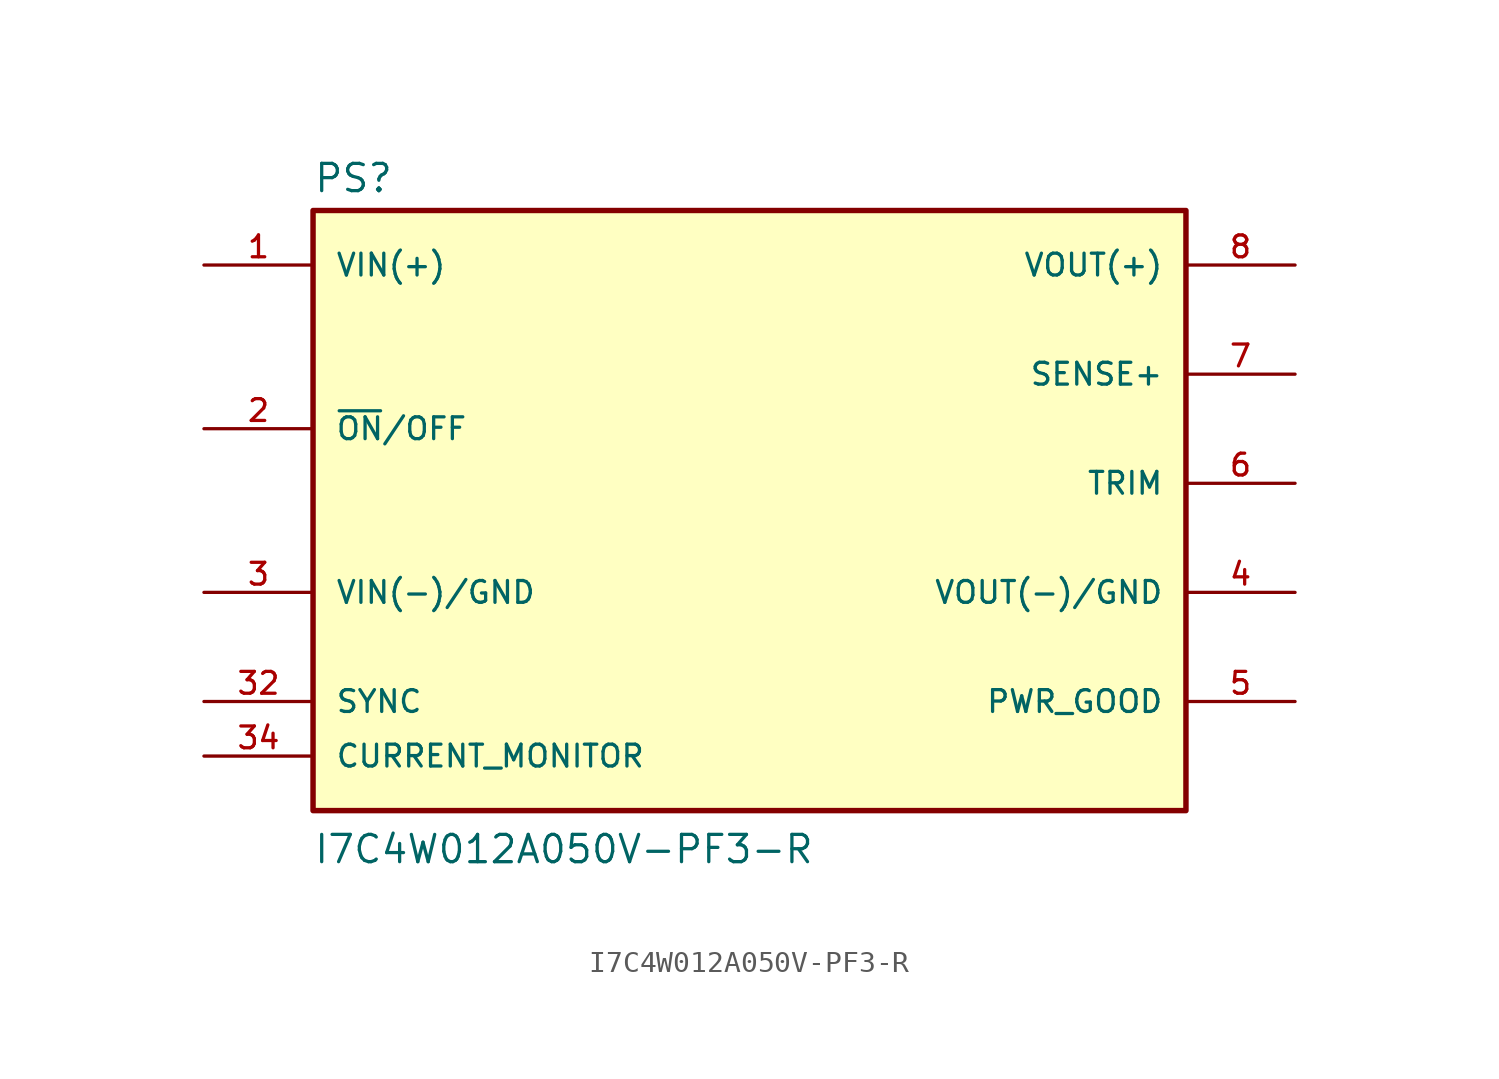
<source format=kicad_sym>
(kicad_symbol_lib
  (version 20211014)
  (generator kicad_symbol_editor)
  (symbol "I7C4W012A050V-PF3-R"
    (pin_names
      (offset 1.016))
    (property "Reference" "PS"
      (at -20.32 13.462 0)
      (effects (font (size 1.27 1.27)) (justify bottom left)))
    (property "Value" "I7C4W012A050V-PF3-R"
      (at -20.32 -17.78 0)
      (effects (font (size 1.27 1.27)) (justify bottom left)))
    (symbol "I7C4W012A050V-PF3-R_0_0"
      (rectangle (start -20.32 -15.24) (end 20.32 12.7) (stroke (width 0.254)) (fill (type background)))
      (pin input line (at -25.4 10.16 0) (length 5.08) (name "VIN(+)" (effects (font (size 1.016 1.016)))) (number "1" (effects (font (size 1.016 1.016)))))
      (pin input line (at -25.4 2.54 0) (length 5.08) (name "~{ON}/OFF" (effects (font (size 1.016 1.016)))) (number "2" (effects (font (size 1.016 1.016)))))
      (pin input line (at -25.4 -5.08 0) (length 5.08) (name "VIN(-)/GND" (effects (font (size 1.016 1.016)))) (number "3" (effects (font (size 1.016 1.016)))))
      (pin output line (at 25.4 -5.08 180.0) (length 5.08) (name "VOUT(-)/GND" (effects (font (size 1.016 1.016)))) (number "4" (effects (font (size 1.016 1.016)))))
      (pin passive line (at 25.4 0.0 180.0) (length 5.08) (name "TRIM" (effects (font (size 1.016 1.016)))) (number "6" (effects (font (size 1.016 1.016)))))
      (pin output line (at 25.4 10.16 180.0) (length 5.08) (name "VOUT(+)" (effects (font (size 1.016 1.016)))) (number "8" (effects (font (size 1.016 1.016)))))
      (pin input line (at 25.4 5.08 180.0) (length 5.08) (name "SENSE+" (effects (font (size 1.016 1.016)))) (number "7" (effects (font (size 1.016 1.016)))))
      (pin output line (at 25.4 -10.16 180.0) (length 5.08) (name "PWR_GOOD" (effects (font (size 1.016 1.016)))) (number "5" (effects (font (size 1.016 1.016)))))
      (pin input line (at -25.4 -10.16 0) (length 5.08) (name "SYNC" (effects (font (size 1.016 1.016)))) (number "32" (effects (font (size 1.016 1.016)))))
      (pin input line (at -25.4 -12.7 0) (length 5.08) (name "CURRENT_MONITOR" (effects (font (size 1.016 1.016)))) (number "34" (effects (font (size 1.016 1.016))))))))
</source>
